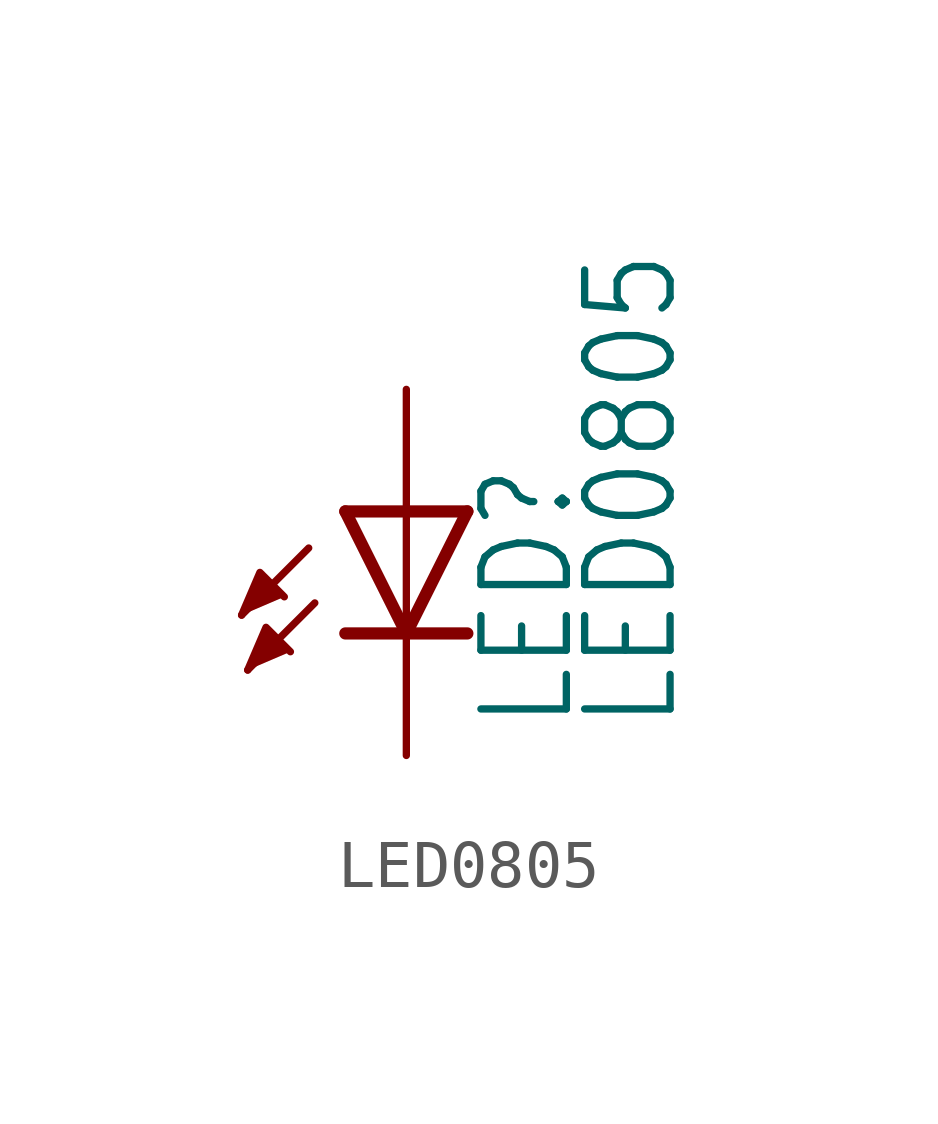
<source format=kicad_sym>
(kicad_symbol_lib
  (version 20211014)
  (generator kicad_symbol_editor)
  (symbol "LED0805"
    (property "Reference" "LED"
      (at 3.556 -2.032 90)
      (effects (font (size 1.778 1.511)) (justify left bottom)))
    (property "Value" "LED0805"
      (at 5.715 -2.032 90)
      (effects (font (size 1.778 1.511)) (justify left bottom)))
    (property "ki_locked" ""
      (at 0 0 0)
      (effects (font (size 1.27 1.27))))
    (symbol "LED0805_1_0"
      (polyline (pts (xy -2.032 1.778) (xy -3.429 0.381)) (stroke (width 0.152) (type default) (color 0 0 0 0)) (fill (type none)))
      (polyline (pts (xy -1.905 0.635) (xy -3.302 -0.762)) (stroke (width 0.152) (type default) (color 0 0 0 0)) (fill (type none)))
      (polyline (pts (xy 0 0) (xy -1.27 0)) (stroke (width 0.254) (type default) (color 0 0 0 0)) (fill (type none)))
      (polyline (pts (xy 0 0) (xy -1.27 2.54)) (stroke (width 0.254) (type default) (color 0 0 0 0)) (fill (type none)))
      (polyline (pts (xy 0 2.54) (xy -1.27 2.54)) (stroke (width 0.254) (type default) (color 0 0 0 0)) (fill (type none)))
      (polyline (pts (xy 0 2.54) (xy 0 0)) (stroke (width 0.152) (type default) (color 0 0 0 0)) (fill (type none)))
      (polyline (pts (xy 1.27 0) (xy 0 0)) (stroke (width 0.254) (type default) (color 0 0 0 0)) (fill (type none)))
      (polyline (pts (xy 1.27 2.54) (xy 0 0)) (stroke (width 0.254) (type default) (color 0 0 0 0)) (fill (type none)))
      (polyline (pts (xy 1.27 2.54) (xy 0 2.54)) (stroke (width 0.254) (type default) (color 0 0 0 0)) (fill (type none)))
      (polyline (pts (xy -3.429 0.381) (xy -3.048 1.27) (xy -2.54 0.762)) (stroke (width 0) (type default) (color 0 0 0 0)) (fill (type outline)))
      (polyline (pts (xy -3.302 -0.762) (xy -2.921 0.127) (xy -2.413 -0.381)) (stroke (width 0) (type default) (color 0 0 0 0)) (fill (type outline)))
      (pin passive line (at 0 5.08 270) (length 2.54) (name "A" (effects (font (size 0 0)))) (number "A" (effects (font (size 0 0)))))
      (pin passive line (at 0 -2.54 90) (length 2.54) (name "C" (effects (font (size 0 0)))) (number "C" (effects (font (size 0 0))))))))
</source>
